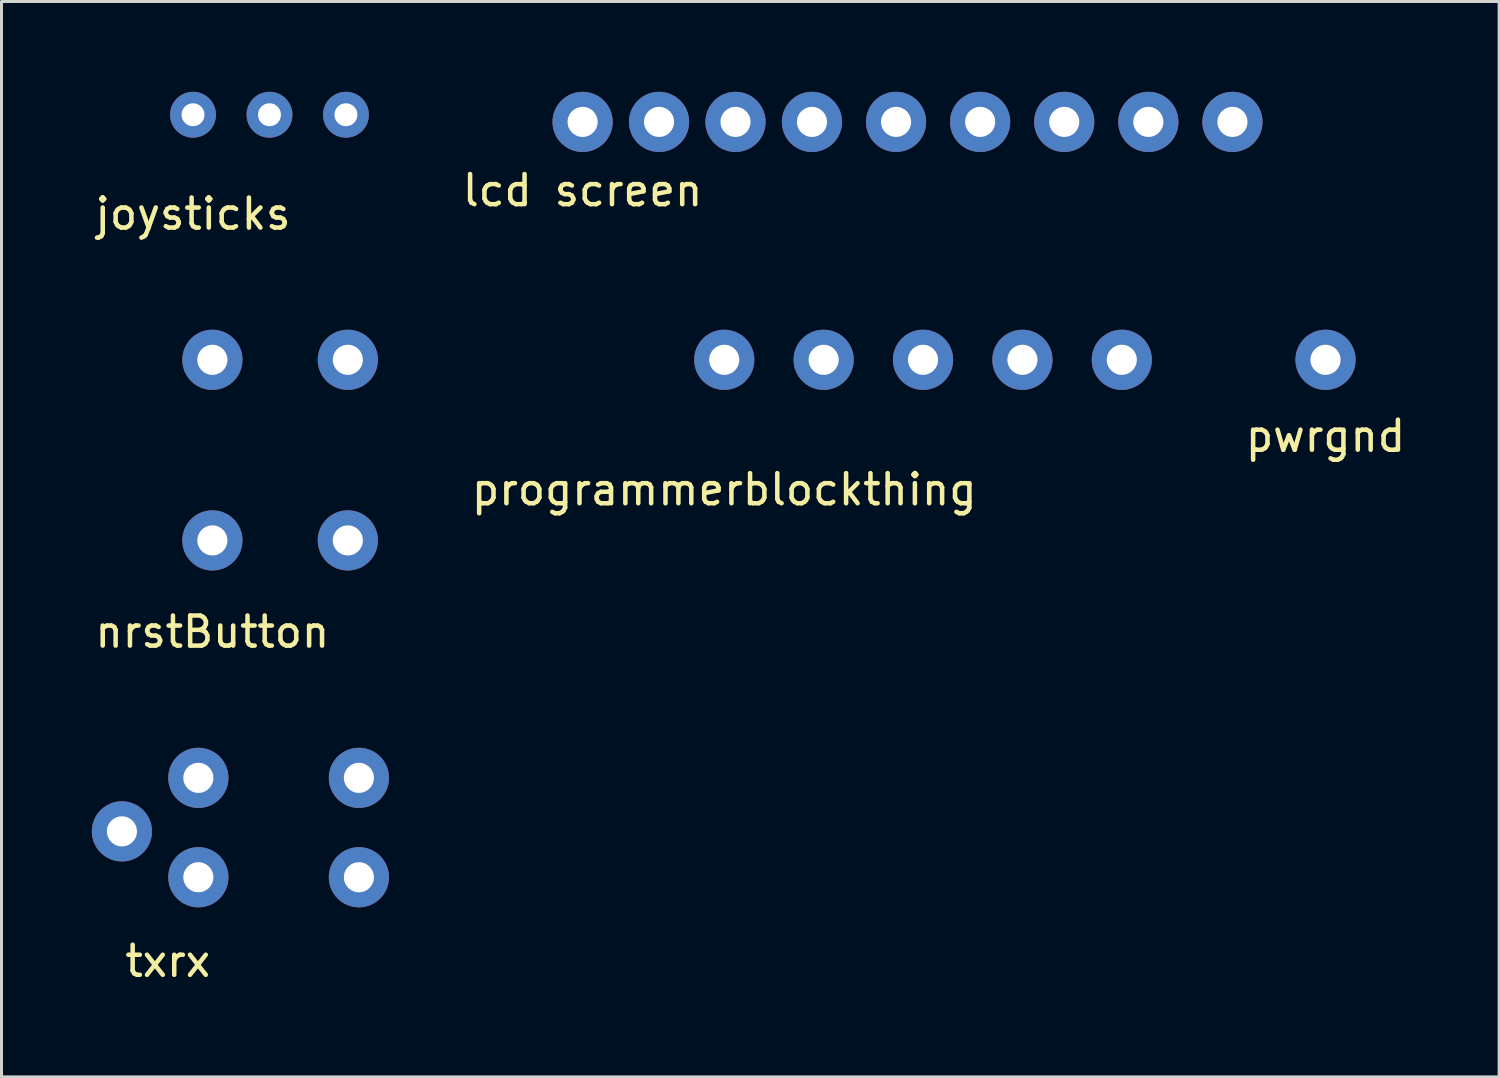
<source format=kicad_pcb>
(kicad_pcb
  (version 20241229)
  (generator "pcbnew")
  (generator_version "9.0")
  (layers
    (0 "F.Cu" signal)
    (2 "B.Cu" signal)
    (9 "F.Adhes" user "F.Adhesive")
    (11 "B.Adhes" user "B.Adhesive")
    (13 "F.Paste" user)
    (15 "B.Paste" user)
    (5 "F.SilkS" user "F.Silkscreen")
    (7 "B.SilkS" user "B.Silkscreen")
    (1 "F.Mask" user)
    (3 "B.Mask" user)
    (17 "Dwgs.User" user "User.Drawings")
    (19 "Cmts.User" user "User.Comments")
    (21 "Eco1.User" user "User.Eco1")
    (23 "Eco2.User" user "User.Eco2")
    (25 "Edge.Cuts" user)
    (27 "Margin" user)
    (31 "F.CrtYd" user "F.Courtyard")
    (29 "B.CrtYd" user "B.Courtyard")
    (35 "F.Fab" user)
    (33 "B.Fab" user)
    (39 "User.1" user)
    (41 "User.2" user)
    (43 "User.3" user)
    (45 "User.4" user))
  (footprint "programmerblockthing"
    (layer "F.Cu")
    (at 21.012 12.714)
    (property "Reference" "programmerblockthing" (at 0 0.5 0) (layer "F.SilkS") (effects (font (size 1 1) (thickness 0.15))))
    (attr through_hole)
    (pad "1" thru_hole circle (at 0 -3.81) (size 2 2) (drill 1) (layers "*.Cu" "*.Mask"))
    (pad "2" thru_hole circle (at 3.302 -3.81) (size 2 2) (drill 1) (layers "*.Cu" "*.Mask"))
    (pad "3" thru_hole circle (at 6.604 -3.81) (size 2 2) (drill 1) (layers "*.Cu" "*.Mask"))
    (pad "4" thru_hole circle (at 9.906 -3.81) (size 2 2) (drill 1) (layers "*.Cu" "*.Mask"))
    (pad "5" thru_hole circle (at 13.208 -3.81) (size 2 2) (drill 1) (layers "*.Cu" "*.Mask")))
  (footprint "joysticks"
    (layer "F.Cu")
    (at 3.363 3.556)
    (property "Reference" "joysticks" (at 0 0.5 0) (layer "F.SilkS") (effects (font (size 1 1) (thickness 0.15))))
    (attr through_hole)
    (pad "1" thru_hole circle (at 0 -2.794) (size 1.524 1.524) (drill 0.762) (layers "*.Cu" "*.Mask"))
    (pad "2" thru_hole circle (at 2.54 -2.794) (size 1.524 1.524) (drill 0.762) (layers "*.Cu" "*.Mask"))
    (pad "3" thru_hole circle (at 5.08 -2.794) (size 1.524 1.524) (drill 0.762) (layers "*.Cu" "*.Mask")))
  (footprint "nrstButton"
    (layer "F.Cu")
    (at 4.006 17.444)
    (property "Reference" "nrstButton" (at 0 0.5 0) (layer "F.SilkS") (effects (font (size 1 1) (thickness 0.15))))
    (attr through_hole)
    (pad "1" thru_hole circle (at 0 -2.54) (size 2 2) (drill 1) (layers "*.Cu" "*.Mask"))
    (pad "2" thru_hole circle (at 4.5 -2.54) (size 2 2) (drill 1) (layers "*.Cu" "*.Mask"))
    (pad "3" thru_hole circle (at 0 -8.54) (size 2 2) (drill 1) (layers "*.Cu" "*.Mask"))
    (pad "4" thru_hole circle (at 4.5 -8.54) (size 2 2) (drill 1) (layers "*.Cu" "*.Mask")))
  (footprint "pwrgnd"
    (layer "F.Cu")
    (at 40.988 10.936)
    (property "Reference" "pwrgnd" (at 0 0.5 0) (layer "F.SilkS") (effects (font (size 1 1) (thickness 0.15))))
    (attr through_hole)
    (pad "1" thru_hole circle (at 0 -2.032) (size 2 2) (drill 1) (layers "*.Cu" "*.Mask")))
  (footprint "lcd screen"
    (layer "F.Cu")
    (at 16.306 2.778)
    (property "Reference" "lcd screen" (at 0 0.5 0) (layer "F.SilkS") (effects (font (size 1 1) (thickness 0.15))))
    (attr through_hole)
    (pad "1" thru_hole circle (at 0 -1.778) (size 2 2) (drill 1) (layers "*.Cu" "*.Mask"))
    (pad "2" thru_hole circle (at 2.54 -1.778) (size 2 2) (drill 1) (layers "*.Cu" "*.Mask"))
    (pad "3" thru_hole circle (at 5.08 -1.778) (size 2 2) (drill 1) (layers "*.Cu" "*.Mask"))
    (pad "4" thru_hole circle (at 7.62 -1.778) (size 2 2) (drill 1) (layers "*.Cu" "*.Mask"))
    (pad "5" thru_hole circle (at 10.414 -1.778) (size 2 2) (drill 1) (layers "*.Cu" "*.Mask"))
    (pad "6" thru_hole circle (at 13.208 -1.778) (size 2 2) (drill 1) (layers "*.Cu" "*.Mask"))
    (pad "7" thru_hole circle (at 16.002 -1.778) (size 2 2) (drill 1) (layers "*.Cu" "*.Mask"))
    (pad "8" thru_hole circle (at 18.796 -1.778) (size 2 2) (drill 1) (layers "*.Cu" "*.Mask"))
    (pad "9" thru_hole circle (at 21.59 -1.778) (size 2 2) (drill 1) (layers "*.Cu" "*.Mask")))
  (footprint "txrx"
    (layer "F.Cu")
    (at 2.524 28.381)
    (property "Reference" "txrx" (at 0 0.5 0) (layer "F.SilkS") (effects (font (size 1 1) (thickness 0.15))))
    (attr through_hole)
    (pad "1" thru_hole circle (at 1.016 -5.588) (size 2 2) (drill 1) (layers "*.Cu" "*.Mask"))
    (pad "2" thru_hole circle (at 1.016 -2.286) (size 2 2) (drill 1) (layers "*.Cu" "*.Mask"))
    (pad "3" thru_hole circle (at -1.524 -3.81) (size 2 2) (drill 1) (layers "*.Cu" "*.Mask"))
    (pad "4" thru_hole circle (at 6.35 -5.588) (size 2 2) (drill 1) (layers "*.Cu" "*.Mask"))
    (pad "5" thru_hole circle (at 6.35 -2.286) (size 2 2) (drill 1) (layers "*.Cu" "*.Mask")))
  (gr_rect
    (start -3 -3)
    (end 46.756 32.729)
    (stroke (width 0.1) (type default))
    (fill no)
    (layer "Edge.Cuts")))
</source>
